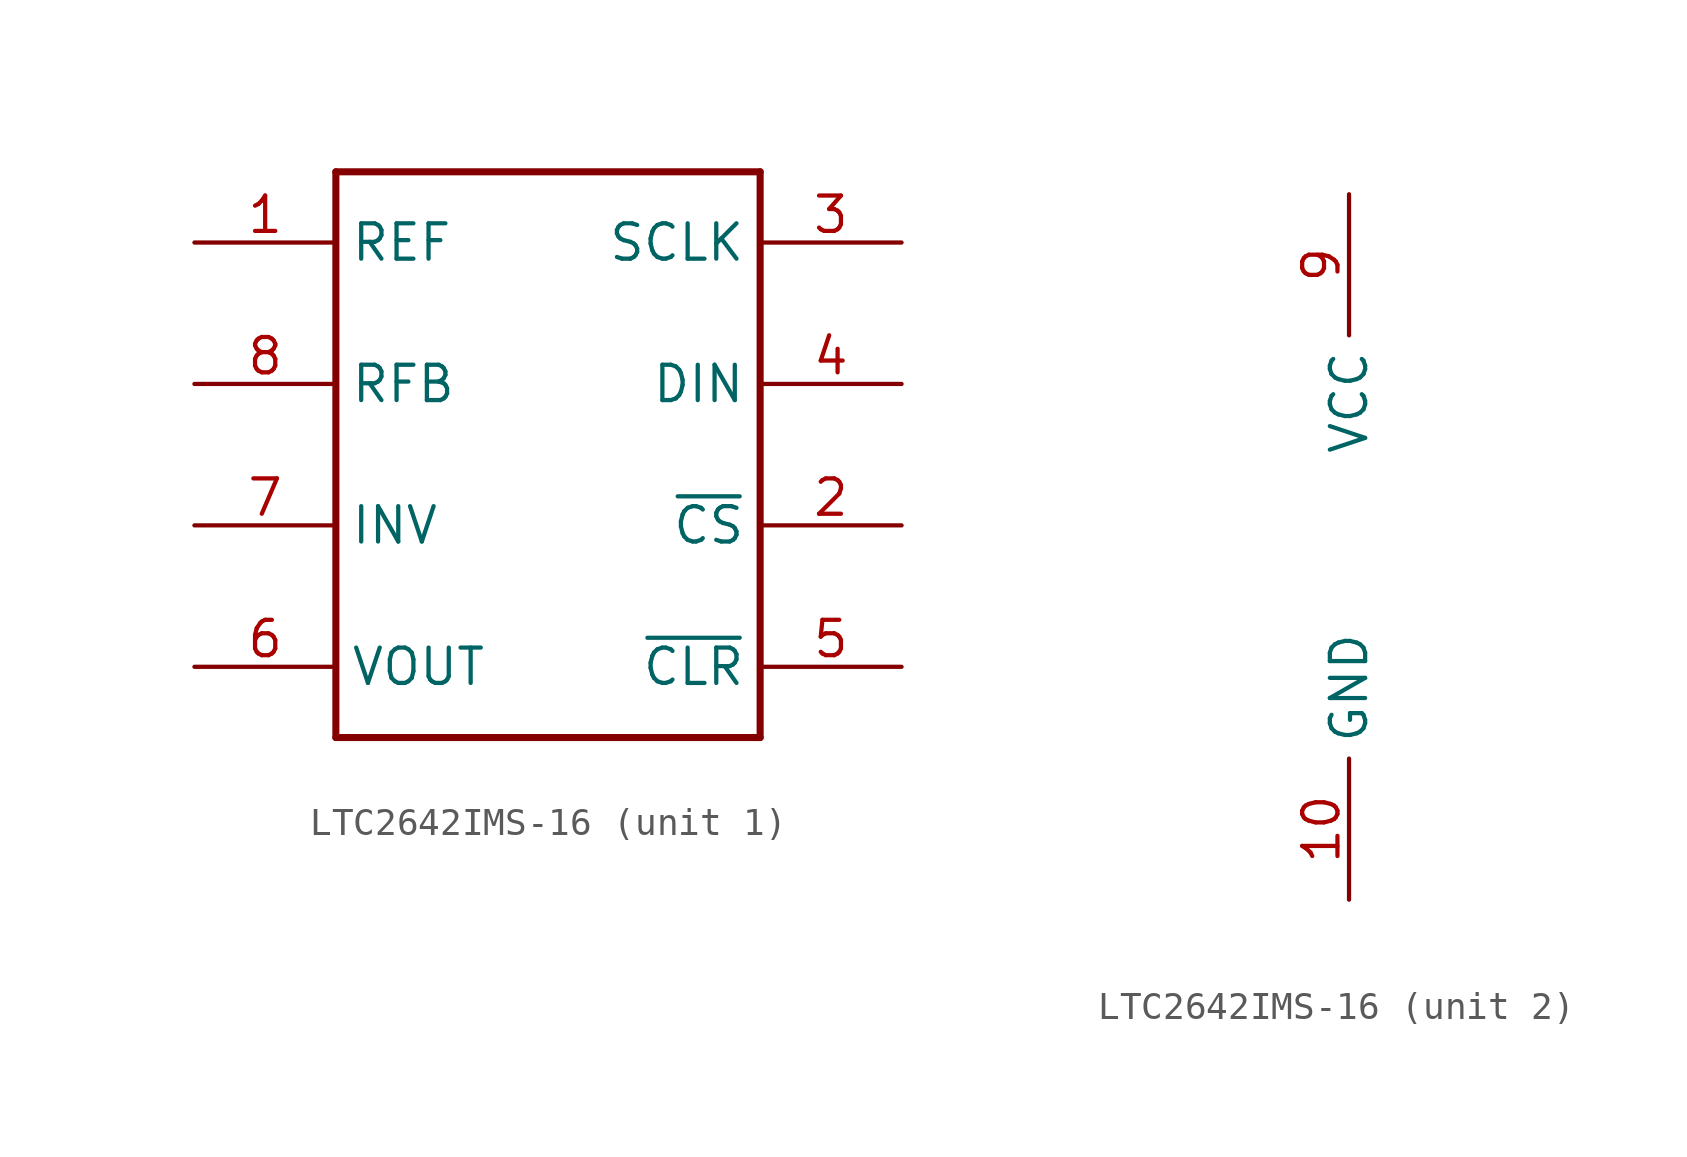
<source format=kicad_sym>
(kicad_symbol_lib
  (version 20220914)
  (generator kicad_symbol_editor)
  (symbol "LTC2642IMS-16"
    (property "Reference" ""
      (at 5.08 0 90)
      (effects (font (size 1.778 1.511)) (justify left bottom) hide))
    (property "ki_locked" ""
      (at 0 0 0)
      (effects (font (size 1.27 1.27))))
    (symbol "LTC2642IMS-16_1_0"
      (polyline (pts (xy -7.62 -7.62) (xy 7.62 -7.62)) (stroke (width 0.254) (type solid)) (fill (type none)))
      (polyline (pts (xy -7.62 12.7) (xy -7.62 -7.62)) (stroke (width 0.254) (type solid)) (fill (type none)))
      (polyline (pts (xy 7.62 -7.62) (xy 7.62 12.7)) (stroke (width 0.254) (type solid)) (fill (type none)))
      (polyline (pts (xy 7.62 12.7) (xy -7.62 12.7)) (stroke (width 0.254) (type solid)) (fill (type none)))
      (pin bidirectional line (at -12.7 10.16 0) (length 5.08) (name "REF" (effects (font (size 1.27 1.27)))) (number "1" (effects (font (size 1.27 1.27)))))
      (pin bidirectional line (at 12.7 0 180) (length 5.08) (name "~{CS}" (effects (font (size 1.27 1.27)))) (number "2" (effects (font (size 1.27 1.27)))))
      (pin bidirectional line (at 12.7 10.16 180) (length 5.08) (name "SCLK" (effects (font (size 1.27 1.27)))) (number "3" (effects (font (size 1.27 1.27)))))
      (pin bidirectional line (at 12.7 5.08 180) (length 5.08) (name "DIN" (effects (font (size 1.27 1.27)))) (number "4" (effects (font (size 1.27 1.27)))))
      (pin bidirectional line (at 12.7 -5.08 180) (length 5.08) (name "~{CLR}" (effects (font (size 1.27 1.27)))) (number "5" (effects (font (size 1.27 1.27)))))
      (pin bidirectional line (at -12.7 -5.08 0) (length 5.08) (name "VOUT" (effects (font (size 1.27 1.27)))) (number "6" (effects (font (size 1.27 1.27)))))
      (pin bidirectional line (at -12.7 0 0) (length 5.08) (name "INV" (effects (font (size 1.27 1.27)))) (number "7" (effects (font (size 1.27 1.27)))))
      (pin bidirectional line (at -12.7 5.08 0) (length 5.08) (name "RFB" (effects (font (size 1.27 1.27)))) (number "8" (effects (font (size 1.27 1.27))))))
    (symbol "LTC2642IMS-16_2_0"
      (pin bidirectional line (at 0 -12.7 90) (length 5.08) (name "GND" (effects (font (size 1.27 1.27)))) (number "10" (effects (font (size 1.27 1.27)))))
      (pin bidirectional line (at 0 12.7 270) (length 5.08) (name "VCC" (effects (font (size 1.27 1.27)))) (number "9" (effects (font (size 1.27 1.27))))))))
</source>
